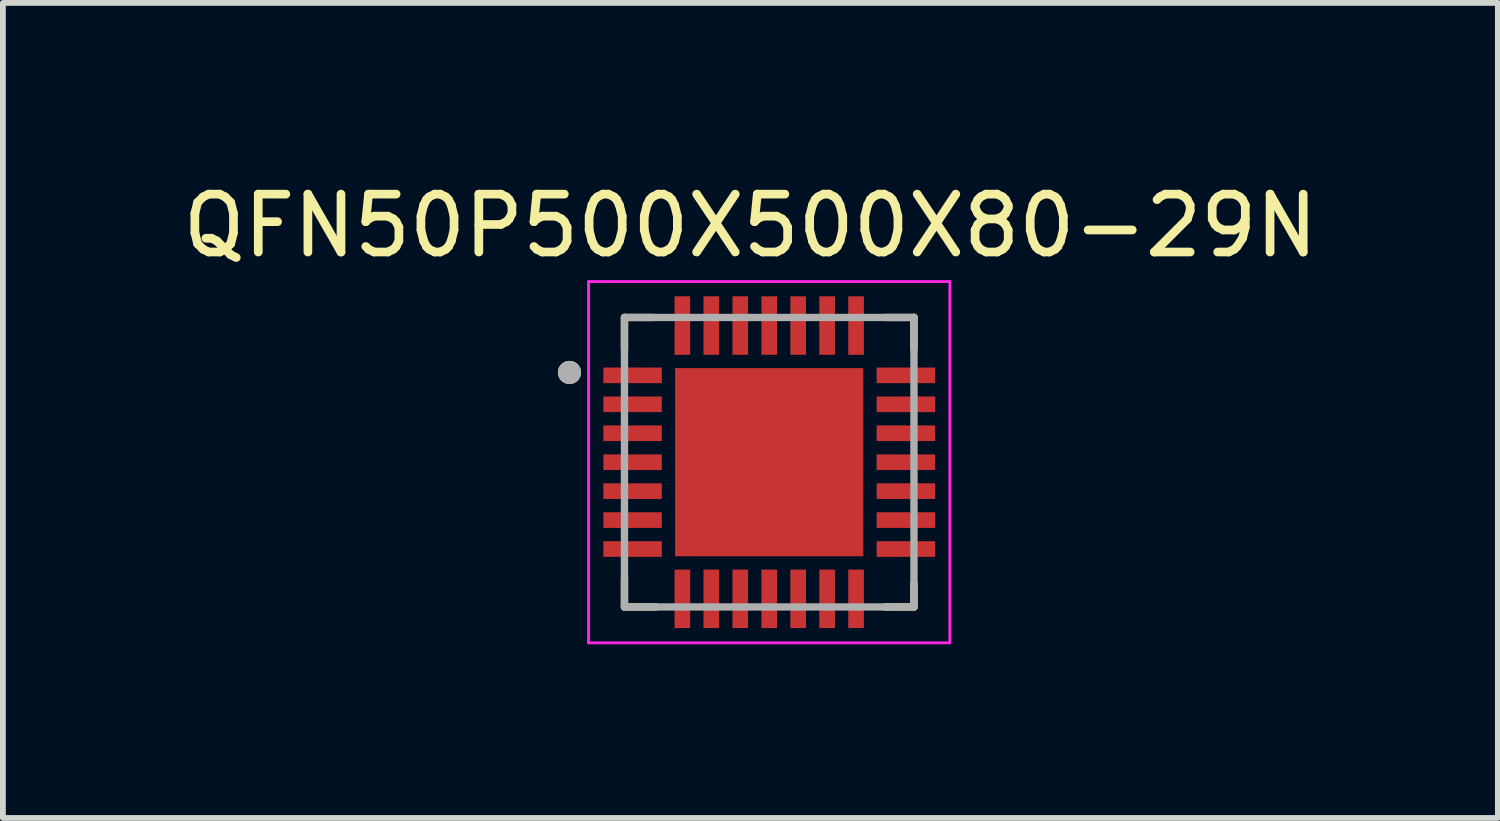
<source format=kicad_pcb>
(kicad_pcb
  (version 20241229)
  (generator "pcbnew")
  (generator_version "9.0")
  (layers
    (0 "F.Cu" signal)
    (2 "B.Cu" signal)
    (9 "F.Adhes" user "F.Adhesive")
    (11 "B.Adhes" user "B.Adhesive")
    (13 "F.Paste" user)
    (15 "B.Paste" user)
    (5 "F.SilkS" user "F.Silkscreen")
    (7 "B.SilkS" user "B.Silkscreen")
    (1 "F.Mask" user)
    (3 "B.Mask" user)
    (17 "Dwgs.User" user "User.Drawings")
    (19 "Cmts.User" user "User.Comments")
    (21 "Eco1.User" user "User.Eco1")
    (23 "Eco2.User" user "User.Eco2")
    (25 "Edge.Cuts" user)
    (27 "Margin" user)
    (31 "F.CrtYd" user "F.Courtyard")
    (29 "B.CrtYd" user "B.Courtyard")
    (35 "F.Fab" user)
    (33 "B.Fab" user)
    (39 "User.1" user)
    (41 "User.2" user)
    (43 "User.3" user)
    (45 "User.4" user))
  (footprint "QFN50P500X500X80-29N"
    (layer "F.Cu")
    (at 10.236 4.933)
    (property "Reference" "QFN50P500X500X80-29N" (at -0.325 -4.085 0) (layer "F.SilkS") (effects (font (size 1 1) (thickness 0.15))))
    (attr through_hole)
    (fp_line (start -2.5 -2.5) (end -2.5 -1.95) (stroke (width 0.127) (type solid)) (layer "F.SilkS"))
    (fp_line (start -2.5 2) (end -2.5 2.5) (stroke (width 0.127) (type solid)) (layer "F.SilkS"))
    (fp_line (start -2.5 2.5) (end -1.95 2.5) (stroke (width 0.127) (type solid)) (layer "F.SilkS"))
    (fp_line (start -2 -2.5) (end -2.5 -2.5) (stroke (width 0.127) (type solid)) (layer "F.SilkS"))
    (fp_line (start 2 -2.5) (end 2.5 -2.5) (stroke (width 0.127) (type solid)) (layer "F.SilkS"))
    (fp_line (start 2.5 -2.5) (end 2.5 -1.95) (stroke (width 0.127) (type solid)) (layer "F.SilkS"))
    (fp_line (start 2.5 2.1) (end 2.5 2.5) (stroke (width 0.127) (type solid)) (layer "F.SilkS"))
    (fp_line (start 2.5 2.5) (end 2 2.5) (stroke (width 0.127) (type solid)) (layer "F.SilkS"))
    (fp_circle (center -3.45 -1.55) (end -3.35 -1.55) (stroke (width 0.2) (type solid)) (fill no) (layer "F.SilkS"))
    (fp_poly (pts (xy -1.332 -1.33) (xy -0.18 -1.33) (xy -0.18 -0.18) (xy -1.332 -0.18)) (stroke (width 0.01) (type solid)) (fill yes) (layer "F.Paste"))
    (fp_poly (pts (xy -1.331 0.18) (xy -0.18 0.18) (xy -0.18 1.331) (xy -1.331 1.331)) (stroke (width 0.01) (type solid)) (fill yes) (layer "F.Paste"))
    (fp_poly (pts (xy 0.18 -1.33) (xy 1.33 -1.33) (xy 1.33 -0.18) (xy 0.18 -0.18)) (stroke (width 0.01) (type solid)) (fill yes) (layer "F.Paste"))
    (fp_poly (pts (xy 0.18 0.18) (xy 1.33 0.18) (xy 1.33 1.332) (xy 0.18 1.332)) (stroke (width 0.01) (type solid)) (fill yes) (layer "F.Paste"))
    (fp_line (start -3.12 -3.12) (end 3.12 -3.12) (stroke (width 0.05) (type solid)) (layer "F.CrtYd"))
    (fp_line (start -3.12 3.12) (end -3.12 -3.12) (stroke (width 0.05) (type solid)) (layer "F.CrtYd"))
    (fp_line (start 3.12 -3.12) (end 3.12 3.12) (stroke (width 0.05) (type solid)) (layer "F.CrtYd"))
    (fp_line (start 3.12 3.12) (end -3.12 3.12) (stroke (width 0.05) (type solid)) (layer "F.CrtYd"))
    (fp_line (start -2.5 -2.5) (end 2.5 -2.5) (stroke (width 0.127) (type solid)) (layer "F.Fab"))
    (fp_line (start -2.5 2.5) (end -2.5 -2.5) (stroke (width 0.127) (type solid)) (layer "F.Fab"))
    (fp_line (start 2.5 -2.5) (end 2.5 2.5) (stroke (width 0.127) (type solid)) (layer "F.Fab"))
    (fp_line (start 2.5 2.5) (end -2.5 2.5) (stroke (width 0.127) (type solid)) (layer "F.Fab"))
    (fp_circle (center -3.45 -1.55) (end -3.35 -1.55) (stroke (width 0.2) (type solid)) (fill no) (layer "F.Fab"))
    (pad "1" smd rect (at -2.36 -1.5) (size 1.01 0.27) (layers "F.Cu" "F.Mask" "F.Paste"))
    (pad "2" smd rect (at -2.36 -1) (size 1.01 0.27) (layers "F.Cu" "F.Mask" "F.Paste"))
    (pad "3" smd rect (at -2.36 -0.5) (size 1.01 0.27) (layers "F.Cu" "F.Mask" "F.Paste"))
    (pad "4" smd rect (at -2.36 0) (size 1.01 0.27) (layers "F.Cu" "F.Mask" "F.Paste"))
    (pad "5" smd rect (at -2.36 0.5) (size 1.01 0.27) (layers "F.Cu" "F.Mask" "F.Paste"))
    (pad "6" smd rect (at -2.36 1) (size 1.01 0.27) (layers "F.Cu" "F.Mask" "F.Paste"))
    (pad "7" smd rect (at -2.36 1.5) (size 1.01 0.27) (layers "F.Cu" "F.Mask" "F.Paste"))
    (pad "8" smd rect (at -1.5 2.36) (size 0.27 1.01) (layers "F.Cu" "F.Mask" "F.Paste"))
    (pad "9" smd rect (at -1 2.36) (size 0.27 1.01) (layers "F.Cu" "F.Mask" "F.Paste"))
    (pad "10" smd rect (at -0.5 2.36) (size 0.27 1.01) (layers "F.Cu" "F.Mask" "F.Paste"))
    (pad "11" smd rect (at 0 2.36) (size 0.27 1.01) (layers "F.Cu" "F.Mask" "F.Paste"))
    (pad "12" smd rect (at 0.5 2.36) (size 0.27 1.01) (layers "F.Cu" "F.Mask" "F.Paste"))
    (pad "13" smd rect (at 1 2.36) (size 0.27 1.01) (layers "F.Cu" "F.Mask" "F.Paste"))
    (pad "14" smd rect (at 1.5 2.36) (size 0.27 1.01) (layers "F.Cu" "F.Mask" "F.Paste"))
    (pad "15" smd rect (at 2.36 1.5) (size 1.01 0.27) (layers "F.Cu" "F.Mask" "F.Paste"))
    (pad "16" smd rect (at 2.36 1) (size 1.01 0.27) (layers "F.Cu" "F.Mask" "F.Paste"))
    (pad "17" smd rect (at 2.36 0.5) (size 1.01 0.27) (layers "F.Cu" "F.Mask" "F.Paste"))
    (pad "18" smd rect (at 2.36 0) (size 1.01 0.27) (layers "F.Cu" "F.Mask" "F.Paste"))
    (pad "19" smd rect (at 2.36 -0.5) (size 1.01 0.27) (layers "F.Cu" "F.Mask" "F.Paste"))
    (pad "20" smd rect (at 2.36 -1) (size 1.01 0.27) (layers "F.Cu" "F.Mask" "F.Paste"))
    (pad "21" smd rect (at 2.36 -1.5) (size 1.01 0.27) (layers "F.Cu" "F.Mask" "F.Paste"))
    (pad "22" smd rect (at 1.5 -2.36) (size 0.27 1.01) (layers "F.Cu" "F.Mask" "F.Paste"))
    (pad "23" smd rect (at 1 -2.36) (size 0.27 1.01) (layers "F.Cu" "F.Mask" "F.Paste"))
    (pad "24" smd rect (at 0.5 -2.36) (size 0.27 1.01) (layers "F.Cu" "F.Mask" "F.Paste"))
    (pad "25" smd rect (at 0 -2.36) (size 0.27 1.01) (layers "F.Cu" "F.Mask" "F.Paste"))
    (pad "26" smd rect (at -0.5 -2.36) (size 0.27 1.01) (layers "F.Cu" "F.Mask" "F.Paste"))
    (pad "27" smd rect (at -1 -2.36) (size 0.27 1.01) (layers "F.Cu" "F.Mask" "F.Paste"))
    (pad "28" smd rect (at -1.5 -2.36) (size 0.27 1.01) (layers "F.Cu" "F.Mask" "F.Paste"))
    (pad "29" smd rect (at 0 0) (size 3.25 3.25) (layers "F.Cu" "F.Mask")))
  (gr_rect
    (start -3 -3)
    (end 22.821 11.078)
    (stroke (width 0.1) (type default))
    (fill no)
    (layer "Edge.Cuts")))
</source>
